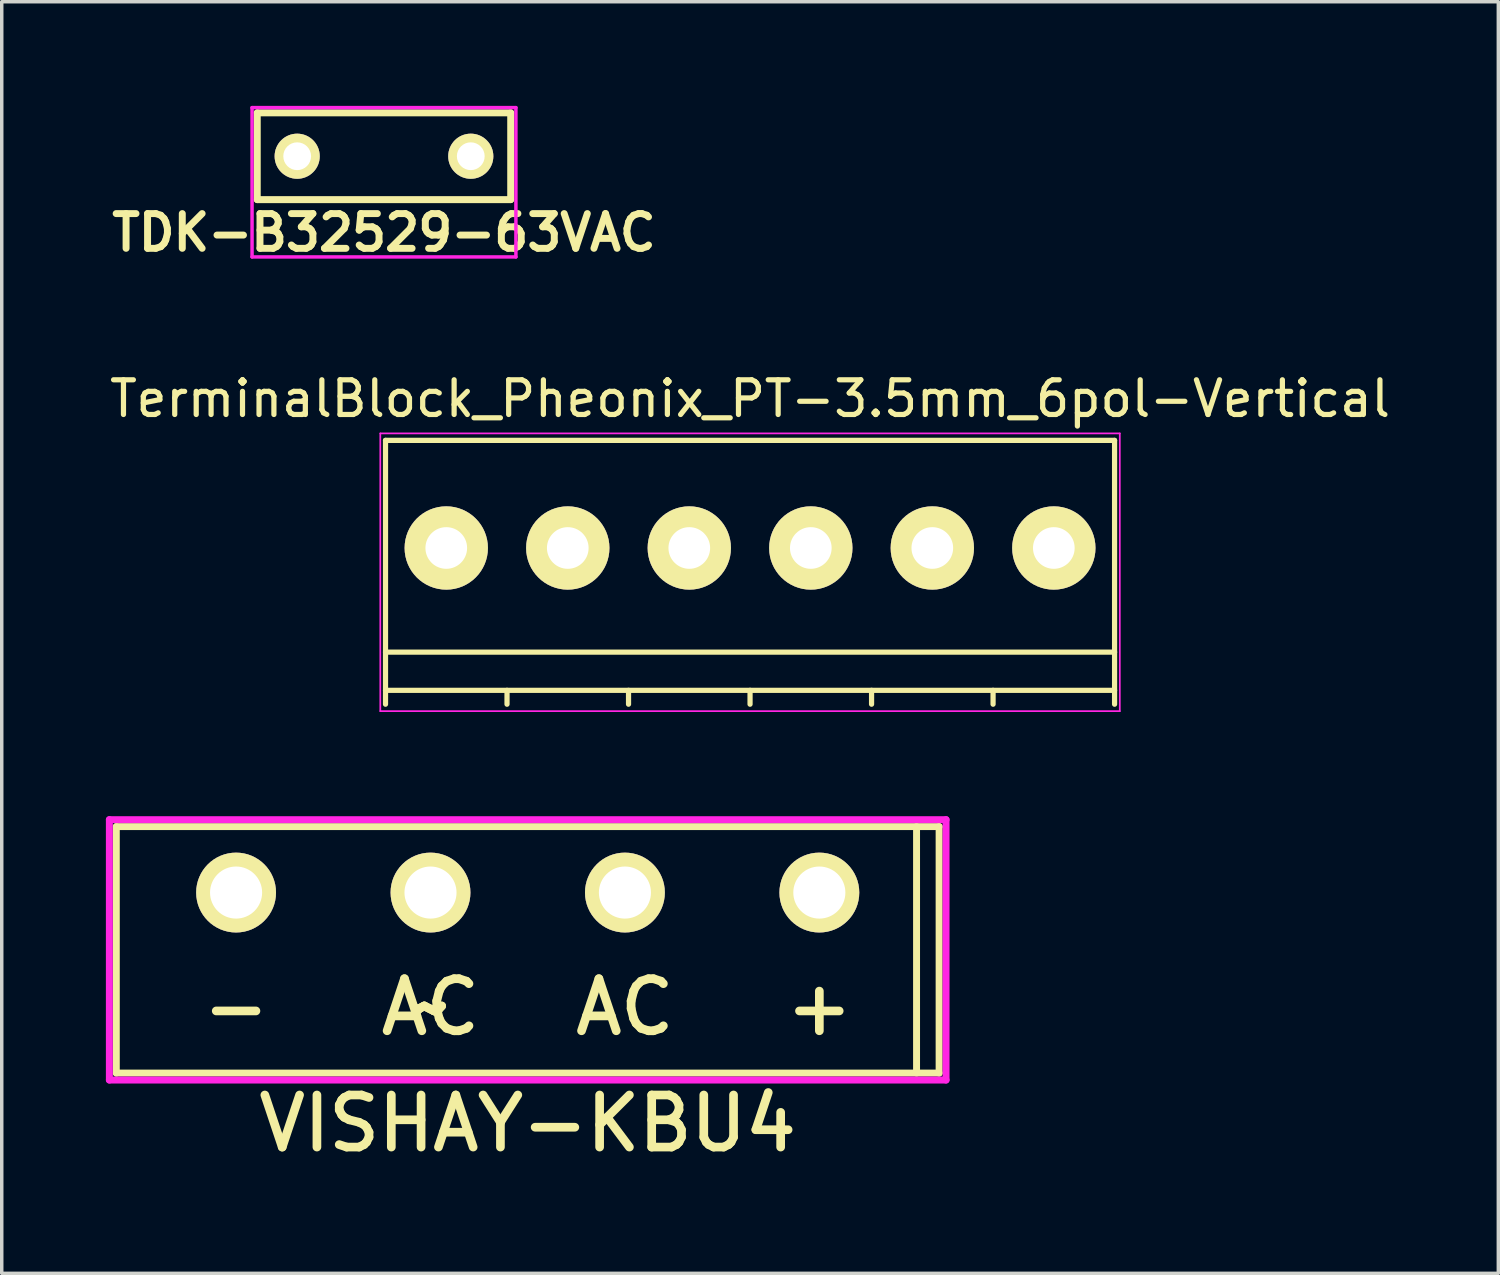
<source format=kicad_pcb>
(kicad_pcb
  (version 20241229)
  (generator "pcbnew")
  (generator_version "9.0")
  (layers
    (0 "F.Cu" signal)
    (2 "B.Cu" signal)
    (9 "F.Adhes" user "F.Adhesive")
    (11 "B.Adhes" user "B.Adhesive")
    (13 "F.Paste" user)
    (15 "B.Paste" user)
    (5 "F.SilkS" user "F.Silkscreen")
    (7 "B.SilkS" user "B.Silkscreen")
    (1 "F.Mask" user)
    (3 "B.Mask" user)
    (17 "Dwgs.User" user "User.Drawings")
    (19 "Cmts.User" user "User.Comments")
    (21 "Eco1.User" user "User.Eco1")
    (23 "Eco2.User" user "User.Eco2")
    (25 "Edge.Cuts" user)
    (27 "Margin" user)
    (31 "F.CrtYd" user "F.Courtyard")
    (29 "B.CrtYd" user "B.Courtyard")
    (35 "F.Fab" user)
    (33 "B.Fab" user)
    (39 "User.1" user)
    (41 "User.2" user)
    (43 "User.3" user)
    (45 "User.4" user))
  (footprint "TerminalBlock_Pheonix_PT-3.5mm_6pol-Vertical"
    (layer "F.Cu")
    (at 9.804 12.734)
    (property "Reference" "TerminalBlock_Pheonix_PT-3.5mm_6pol-Vertical" (at 8.75 -4.3 0) (layer "F.SilkS") (effects (font (size 1 1) (thickness 0.15))))
    (attr through_hole)
    (fp_line (start -1.75 -3.1) (end -1.75 4.5) (stroke (width 0.15) (type solid)) (layer "F.SilkS"))
    (fp_line (start -1.75 3) (end 19.25 3) (stroke (width 0.15) (type solid)) (layer "F.SilkS"))
    (fp_line (start -1.75 4.1) (end 19.25 4.1) (stroke (width 0.15) (type solid)) (layer "F.SilkS"))
    (fp_line (start 1.75 4.1) (end 1.75 4.5) (stroke (width 0.15) (type solid)) (layer "F.SilkS"))
    (fp_line (start 5.25 4.1) (end 5.25 4.5) (stroke (width 0.15) (type solid)) (layer "F.SilkS"))
    (fp_line (start 8.75 4.1) (end 8.75 4.5) (stroke (width 0.15) (type solid)) (layer "F.SilkS"))
    (fp_line (start 12.25 4.1) (end 12.25 4.5) (stroke (width 0.15) (type solid)) (layer "F.SilkS"))
    (fp_line (start 15.75 4.1) (end 15.75 4.5) (stroke (width 0.15) (type solid)) (layer "F.SilkS"))
    (fp_line (start 19.25 -3.1) (end -1.75 -3.1) (stroke (width 0.15) (type solid)) (layer "F.SilkS"))
    (fp_line (start 19.25 4.5) (end 19.25 -3.1) (stroke (width 0.15) (type solid)) (layer "F.SilkS"))
    (fp_line (start -1.9 -3.3) (end 19.4 -3.3) (stroke (width 0.05) (type solid)) (layer "F.CrtYd"))
    (fp_line (start -1.9 4.7) (end -1.9 -3.3) (stroke (width 0.05) (type solid)) (layer "F.CrtYd"))
    (fp_line (start 19.4 -3.3) (end 19.4 4.7) (stroke (width 0.05) (type solid)) (layer "F.CrtYd"))
    (fp_line (start 19.4 4.7) (end -1.9 4.7) (stroke (width 0.05) (type solid)) (layer "F.CrtYd"))
    (pad "1" thru_hole circle (at 0 0) (size 2.4 2.4) (drill 1.2) (layers "*.Cu" "*.Mask" "F.SilkS"))
    (pad "2" thru_hole circle (at 3.5 0) (size 2.4 2.4) (drill 1.2) (layers "*.Cu" "*.Mask" "F.SilkS"))
    (pad "3" thru_hole circle (at 7 0) (size 2.4 2.4) (drill 1.2) (layers "*.Cu" "*.Mask" "F.SilkS"))
    (pad "4" thru_hole circle (at 10.5 0) (size 2.4 2.4) (drill 1.2) (layers "*.Cu" "*.Mask" "F.SilkS"))
    (pad "5" thru_hole circle (at 14 0) (size 2.4 2.4) (drill 1.2) (layers "*.Cu" "*.Mask" "F.SilkS"))
    (pad "6" thru_hole circle (at 17.5 0) (size 2.4 2.4) (drill 1.2) (layers "*.Cu" "*.Mask" "F.SilkS")))
  (footprint "VISHAY-KBU4"
    (layer "F.Cu")
    (at 12.15 24.309)
    (property "Reference" "VISHAY-KBU4" (at 0 5 0) (layer "F.SilkS") (effects (font (size 1.5 1.5) (thickness 0.25))))
    (attr through_hole)
    (fp_line (start -11.85 -3.55) (end -11.85 3.55) (stroke (width 0.2) (type solid)) (layer "F.SilkS"))
    (fp_line (start -11.85 -3.55) (end 11.85 -3.55) (stroke (width 0.2) (type solid)) (layer "F.SilkS"))
    (fp_line (start -11.85 3.55) (end 11.85 3.55) (stroke (width 0.2) (type solid)) (layer "F.SilkS"))
    (fp_line (start 11.2 -3.55) (end 11.2 3.55) (stroke (width 0.2) (type solid)) (layer "F.SilkS"))
    (fp_line (start 11.85 3.55) (end 11.85 -3.55) (stroke (width 0.2) (type solid)) (layer "F.SilkS"))
    (fp_line (start -12.05 -3.75) (end 12.05 -3.75) (stroke (width 0.2) (type solid)) (layer "F.CrtYd"))
    (fp_line (start -12.05 3.75) (end -12.05 -3.75) (stroke (width 0.2) (type solid)) (layer "F.CrtYd"))
    (fp_line (start 12.05 -3.75) (end 12.05 3.75) (stroke (width 0.2) (type solid)) (layer "F.CrtYd"))
    (fp_line (start 12.05 3.75) (end -12.05 3.75) (stroke (width 0.2) (type solid)) (layer "F.CrtYd"))
    (fp_text user "~" (at -2.8 1.65 0) (layer "F.SilkS") (effects (font (size 1.5 1.5) (thickness 0.25))))
    (fp_text user "+" (at 8.4 1.65 0) (layer "F.SilkS") (effects (font (size 1.5 1.5) (thickness 0.25))))
    (fp_text user "AC" (at -2.8 1.65 0) (layer "F.SilkS") (effects (font (size 1.5 1.5) (thickness 0.25))))
    (fp_text user "~" (at -2.8 1.65 0) (layer "F.SilkS") (effects (font (size 1.5 1.5) (thickness 0.25))))
    (fp_text user "-" (at -8.4 1.65 0) (layer "F.SilkS") (effects (font (size 1.5 1.5) (thickness 0.25))))
    (fp_text user "AC" (at 2.8 1.65 0) (layer "F.SilkS") (effects (font (size 1.5 1.5) (thickness 0.25))))
    (pad "1" thru_hole circle (at -8.4 -1.65) (size 2.3 2.3) (drill 1.5) (layers "*.Cu" "*.Mask" "F.SilkS"))
    (pad "2" thru_hole circle (at -2.8 -1.65) (size 2.3 2.3) (drill 1.5) (layers "*.Cu" "*.Mask" "F.SilkS"))
    (pad "3" thru_hole circle (at 2.8 -1.65) (size 2.3 2.3) (drill 1.5) (layers "*.Cu" "*.Mask" "F.SilkS"))
    (pad "4" thru_hole circle (at 8.4 -1.65) (size 2.3 2.3) (drill 1.5) (layers "*.Cu" "*.Mask" "F.SilkS")))
  (footprint "TDK-B32529-63VAC"
    (layer "F.Cu")
    (at 8.01 1.45)
    (property "Reference" "TDK-B32529-63VAC" (at 0 2.2 0) (layer "F.SilkS") (effects (font (size 1 1) (thickness 0.2))))
    (attr through_hole)
    (fp_line (start -3.65 -1.25) (end 3.65 -1.25) (stroke (width 0.2) (type solid)) (layer "F.SilkS"))
    (fp_line (start -3.65 1.25) (end -3.65 -1.25) (stroke (width 0.2) (type solid)) (layer "F.SilkS"))
    (fp_line (start 3.65 -1.25) (end 3.65 1.25) (stroke (width 0.2) (type solid)) (layer "F.SilkS"))
    (fp_line (start 3.65 1.25) (end -3.65 1.25) (stroke (width 0.2) (type solid)) (layer "F.SilkS"))
    (fp_line (start -3.8 -1.4) (end 3.8 -1.4) (stroke (width 0.1) (type solid)) (layer "F.CrtYd"))
    (fp_line (start -3.8 2.9) (end -3.8 -1.4) (stroke (width 0.1) (type solid)) (layer "F.CrtYd"))
    (fp_line (start 3.8 -1.4) (end 3.8 2.9) (stroke (width 0.1) (type solid)) (layer "F.CrtYd"))
    (fp_line (start 3.8 2.9) (end -3.8 2.9) (stroke (width 0.1) (type solid)) (layer "F.CrtYd"))
    (pad "1" thru_hole circle (at -2.5 0) (size 1.3 1.3) (drill 0.8) (layers "*.Cu" "*.Mask" "F.SilkS"))
    (pad "2" thru_hole circle (at 2.5 0) (size 1.3 1.3) (drill 0.8) (layers "*.Cu" "*.Mask" "F.SilkS")))
  (gr_rect
    (start -3 -3)
    (end 40.107 33.626)
    (stroke (width 0.1) (type default))
    (fill no)
    (layer "Edge.Cuts")))
</source>
